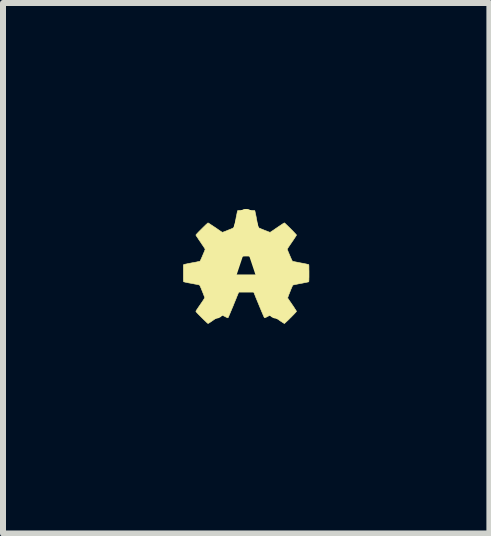
<source format=kicad_pcb>
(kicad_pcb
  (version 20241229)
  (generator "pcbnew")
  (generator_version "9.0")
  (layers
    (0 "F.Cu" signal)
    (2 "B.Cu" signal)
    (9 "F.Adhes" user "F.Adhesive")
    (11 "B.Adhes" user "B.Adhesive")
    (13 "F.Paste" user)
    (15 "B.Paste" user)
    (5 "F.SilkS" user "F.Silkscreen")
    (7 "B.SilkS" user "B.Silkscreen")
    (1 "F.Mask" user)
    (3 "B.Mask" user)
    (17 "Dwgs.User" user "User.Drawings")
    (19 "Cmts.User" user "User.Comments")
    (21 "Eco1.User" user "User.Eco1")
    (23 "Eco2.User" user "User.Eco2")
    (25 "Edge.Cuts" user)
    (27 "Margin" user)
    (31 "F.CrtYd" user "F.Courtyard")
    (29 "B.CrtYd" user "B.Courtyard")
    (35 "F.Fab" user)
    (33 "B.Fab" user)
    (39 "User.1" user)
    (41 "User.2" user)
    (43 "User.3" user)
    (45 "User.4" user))
  (footprint "A"
    (layer "F.Cu")
    (at 1.049 1.418)
    (property "Reference" "A" (at 0 0 0) (layer "F.SilkS") (effects (font (size 1.524 1.524) (thickness 0.3))))
    (attr through_hole)
    (fp_poly (pts (xy 0.032 -0.963) (xy 0.06 -0.963) (xy 0.086 -0.962) (xy 0.108 -0.962) (xy 0.125 -0.961) (xy 0.137 -0.961) (xy 0.143 -0.96) (xy 0.144 -0.96) (xy 0.146 -0.956) (xy 0.149 -0.945) (xy 0.152 -0.929) (xy 0.157 -0.907) (xy 0.163 -0.879) (xy 0.169 -0.848) (xy 0.174 -0.819) (xy 0.18 -0.788) (xy 0.185 -0.76) (xy 0.19 -0.735) (xy 0.195 -0.713) (xy 0.199 -0.696) (xy 0.201 -0.684) (xy 0.203 -0.678) (xy 0.203 -0.677) (xy 0.208 -0.675) (xy 0.217 -0.67) (xy 0.232 -0.664) (xy 0.249 -0.656) (xy 0.27 -0.648) (xy 0.291 -0.639) (xy 0.313 -0.63) (xy 0.335 -0.622) (xy 0.355 -0.614) (xy 0.373 -0.607) (xy 0.387 -0.602) (xy 0.396 -0.598) (xy 0.4 -0.597) (xy 0.4 -0.597) (xy 0.404 -0.6) (xy 0.413 -0.606) (xy 0.426 -0.615) (xy 0.444 -0.626) (xy 0.464 -0.64) (xy 0.487 -0.656) (xy 0.512 -0.673) (xy 0.518 -0.677) (xy 0.543 -0.694) (xy 0.567 -0.71) (xy 0.588 -0.724) (xy 0.606 -0.736) (xy 0.621 -0.746) (xy 0.632 -0.752) (xy 0.637 -0.755) (xy 0.638 -0.755) (xy 0.642 -0.753) (xy 0.65 -0.746) (xy 0.661 -0.735) (xy 0.676 -0.721) (xy 0.693 -0.705) (xy 0.711 -0.687) (xy 0.731 -0.668) (xy 0.75 -0.648) (xy 0.77 -0.629) (xy 0.788 -0.61) (xy 0.804 -0.593) (xy 0.818 -0.578) (xy 0.829 -0.566) (xy 0.837 -0.557) (xy 0.84 -0.553) (xy 0.84 -0.553) (xy 0.838 -0.549) (xy 0.832 -0.539) (xy 0.823 -0.525) (xy 0.812 -0.508) (xy 0.798 -0.487) (xy 0.783 -0.464) (xy 0.766 -0.44) (xy 0.765 -0.438) (xy 0.748 -0.413) (xy 0.732 -0.39) (xy 0.718 -0.369) (xy 0.706 -0.351) (xy 0.697 -0.337) (xy 0.69 -0.327) (xy 0.687 -0.323) (xy 0.687 -0.322) (xy 0.687 -0.319) (xy 0.687 -0.314) (xy 0.69 -0.305) (xy 0.694 -0.294) (xy 0.7 -0.278) (xy 0.709 -0.257) (xy 0.72 -0.231) (xy 0.726 -0.217) (xy 0.737 -0.191) (xy 0.747 -0.168) (xy 0.756 -0.148) (xy 0.764 -0.132) (xy 0.77 -0.121) (xy 0.773 -0.116) (xy 0.773 -0.116) (xy 0.778 -0.115) (xy 0.789 -0.112) (xy 0.805 -0.109) (xy 0.826 -0.105) (xy 0.851 -0.1) (xy 0.878 -0.094) (xy 0.907 -0.089) (xy 0.911 -0.088) (xy 0.945 -0.082) (xy 0.974 -0.076) (xy 1 -0.071) (xy 1.02 -0.066) (xy 1.034 -0.063) (xy 1.043 -0.06) (xy 1.045 -0.059) (xy 1.045 -0.055) (xy 1.046 -0.044) (xy 1.047 -0.028) (xy 1.047 -0.007) (xy 1.047 0.018) (xy 1.048 0.046) (xy 1.048 0.076) (xy 1.048 0.083) (xy 1.048 0.119) (xy 1.048 0.148) (xy 1.047 0.172) (xy 1.047 0.19) (xy 1.046 0.204) (xy 1.046 0.214) (xy 1.045 0.22) (xy 1.044 0.224) (xy 1.043 0.226) (xy 1.038 0.227) (xy 1.028 0.23) (xy 1.012 0.233) (xy 0.991 0.238) (xy 0.967 0.242) (xy 0.94 0.248) (xy 0.911 0.253) (xy 0.879 0.259) (xy 0.851 0.265) (xy 0.826 0.27) (xy 0.806 0.274) (xy 0.791 0.278) (xy 0.781 0.28) (xy 0.779 0.281) (xy 0.776 0.286) (xy 0.771 0.296) (xy 0.765 0.31) (xy 0.757 0.329) (xy 0.748 0.349) (xy 0.739 0.372) (xy 0.73 0.395) (xy 0.721 0.418) (xy 0.712 0.439) (xy 0.705 0.459) (xy 0.699 0.475) (xy 0.695 0.487) (xy 0.693 0.494) (xy 0.693 0.496) (xy 0.695 0.5) (xy 0.701 0.509) (xy 0.71 0.522) (xy 0.721 0.539) (xy 0.735 0.559) (xy 0.751 0.582) (xy 0.767 0.606) (xy 0.784 0.63) (xy 0.799 0.653) (xy 0.812 0.674) (xy 0.824 0.691) (xy 0.832 0.705) (xy 0.838 0.714) (xy 0.84 0.718) (xy 0.837 0.722) (xy 0.83 0.731) (xy 0.82 0.742) (xy 0.806 0.757) (xy 0.79 0.774) (xy 0.772 0.792) (xy 0.753 0.812) (xy 0.733 0.831) (xy 0.714 0.851) (xy 0.695 0.869) (xy 0.678 0.885) (xy 0.663 0.899) (xy 0.651 0.91) (xy 0.643 0.918) (xy 0.638 0.921) (xy 0.638 0.921) (xy 0.634 0.919) (xy 0.625 0.913) (xy 0.611 0.905) (xy 0.594 0.893) (xy 0.573 0.88) (xy 0.551 0.864) (xy 0.527 0.848) (xy 0.503 0.832) (xy 0.48 0.817) (xy 0.46 0.803) (xy 0.443 0.792) (xy 0.429 0.783) (xy 0.42 0.778) (xy 0.416 0.776) (xy 0.411 0.778) (xy 0.401 0.782) (xy 0.387 0.789) (xy 0.371 0.797) (xy 0.363 0.801) (xy 0.346 0.81) (xy 0.33 0.818) (xy 0.318 0.823) (xy 0.311 0.825) (xy 0.31 0.825) (xy 0.308 0.824) (xy 0.305 0.821) (xy 0.302 0.816) (xy 0.298 0.809) (xy 0.293 0.798) (xy 0.287 0.784) (xy 0.279 0.766) (xy 0.27 0.744) (xy 0.258 0.717) (xy 0.245 0.685) (xy 0.229 0.647) (xy 0.211 0.603) (xy 0.208 0.595) (xy 0.192 0.557) (xy 0.177 0.521) (xy 0.163 0.487) (xy 0.151 0.456) (xy 0.14 0.429) (xy 0.131 0.405) (xy 0.123 0.386) (xy 0.118 0.372) (xy 0.116 0.364) (xy 0.115 0.362) (xy 0.119 0.358) (xy 0.127 0.351) (xy 0.138 0.342) (xy 0.149 0.334) (xy 0.179 0.312) (xy 0.203 0.292) (xy 0.222 0.271) (xy 0.239 0.249) (xy 0.254 0.224) (xy 0.262 0.21) (xy 0.278 0.17) (xy 0.288 0.128) (xy 0.292 0.085) (xy 0.289 0.043) (xy 0.279 0.001) (xy 0.264 -0.039) (xy 0.242 -0.076) (xy 0.214 -0.111) (xy 0.212 -0.114) (xy 0.179 -0.144) (xy 0.142 -0.168) (xy 0.101 -0.188) (xy 0.081 -0.195) (xy 0.069 -0.198) (xy 0.058 -0.2) (xy 0.046 -0.202) (xy 0.032 -0.203) (xy 0.012 -0.203) (xy 0.002 -0.203) (xy -0.02 -0.203) (xy -0.037 -0.202) (xy -0.05 -0.201) (xy -0.061 -0.199) (xy -0.072 -0.196) (xy -0.078 -0.195) (xy -0.121 -0.178) (xy -0.16 -0.155) (xy -0.194 -0.127) (xy -0.224 -0.094) (xy -0.249 -0.057) (xy -0.256 -0.044) (xy -0.27 -0.012) (xy -0.28 0.019) (xy -0.285 0.051) (xy -0.286 0.085) (xy -0.283 0.13) (xy -0.273 0.173) (xy -0.256 0.214) (xy -0.234 0.251) (xy -0.206 0.285) (xy -0.193 0.297) (xy -0.177 0.31) (xy -0.159 0.324) (xy -0.141 0.337) (xy -0.126 0.347) (xy -0.124 0.348) (xy -0.116 0.354) (xy -0.111 0.361) (xy -0.111 0.362) (xy -0.112 0.366) (xy -0.116 0.377) (xy -0.122 0.394) (xy -0.13 0.416) (xy -0.141 0.443) (xy -0.154 0.474) (xy -0.168 0.51) (xy -0.185 0.551) (xy -0.201 0.59) (xy -0.216 0.628) (xy -0.231 0.663) (xy -0.245 0.697) (xy -0.258 0.727) (xy -0.269 0.754) (xy -0.279 0.777) (xy -0.287 0.796) (xy -0.292 0.809) (xy -0.296 0.817) (xy -0.296 0.818) (xy -0.302 0.824) (xy -0.307 0.826) (xy -0.312 0.824) (xy -0.322 0.819) (xy -0.336 0.813) (xy -0.352 0.804) (xy -0.36 0.8) (xy -0.381 0.79) (xy -0.397 0.782) (xy -0.408 0.778) (xy -0.414 0.777) (xy -0.419 0.779) (xy -0.429 0.785) (xy -0.443 0.794) (xy -0.459 0.805) (xy -0.478 0.818) (xy -0.49 0.826) (xy -0.523 0.848) (xy -0.55 0.867) (xy -0.573 0.883) (xy -0.591 0.895) (xy -0.605 0.904) (xy -0.616 0.911) (xy -0.624 0.916) (xy -0.629 0.919) (xy -0.633 0.92) (xy -0.634 0.921) (xy -0.638 0.918) (xy -0.646 0.911) (xy -0.658 0.901) (xy -0.673 0.886) (xy -0.691 0.869) (xy -0.711 0.85) (xy -0.732 0.829) (xy -0.736 0.825) (xy -0.758 0.803) (xy -0.778 0.783) (xy -0.796 0.765) (xy -0.811 0.749) (xy -0.823 0.736) (xy -0.831 0.727) (xy -0.834 0.723) (xy -0.835 0.723) (xy -0.835 0.72) (xy -0.835 0.718) (xy -0.835 0.716) (xy -0.833 0.712) (xy -0.83 0.706) (xy -0.825 0.698) (xy -0.818 0.687) (xy -0.808 0.673) (xy -0.796 0.654) (xy -0.78 0.631) (xy -0.76 0.603) (xy -0.759 0.6) (xy -0.742 0.576) (xy -0.727 0.554) (xy -0.714 0.534) (xy -0.703 0.517) (xy -0.695 0.504) (xy -0.689 0.495) (xy -0.688 0.492) (xy -0.689 0.488) (xy -0.693 0.477) (xy -0.698 0.462) (xy -0.706 0.443) (xy -0.714 0.421) (xy -0.724 0.396) (xy -0.729 0.384) (xy -0.741 0.354) (xy -0.751 0.329) (xy -0.76 0.31) (xy -0.766 0.296) (xy -0.771 0.287) (xy -0.775 0.281) (xy -0.777 0.279) (xy -0.783 0.277) (xy -0.794 0.275) (xy -0.81 0.271) (xy -0.831 0.267) (xy -0.856 0.263) (xy -0.883 0.257) (xy -0.91 0.252) (xy -0.939 0.247) (xy -0.966 0.242) (xy -0.989 0.237) (xy -1.01 0.233) (xy -1.025 0.229) (xy -1.035 0.227) (xy -1.039 0.225) (xy -1.041 0.223) (xy -1.042 0.218) (xy -1.043 0.211) (xy -1.043 0.199) (xy -1.044 0.183) (xy -1.044 0.162) (xy -1.044 0.136) (xy -1.044 0.103) (xy -1.044 0.083) (xy -1.044 -0.056) (xy -1.036 -0.061) (xy -1.031 -0.063) (xy -1.02 -0.066) (xy -1.003 -0.069) (xy -0.982 -0.074) (xy -0.957 -0.079) (xy -0.93 -0.084) (xy -0.9 -0.09) (xy -0.9 -0.09) (xy -0.87 -0.095) (xy -0.843 -0.1) (xy -0.819 -0.105) (xy -0.798 -0.11) (xy -0.782 -0.113) (xy -0.771 -0.116) (xy -0.766 -0.118) (xy -0.766 -0.118) (xy -0.764 -0.122) (xy -0.759 -0.132) (xy -0.752 -0.146) (xy -0.744 -0.164) (xy -0.735 -0.184) (xy -0.726 -0.206) (xy -0.716 -0.229) (xy -0.707 -0.25) (xy -0.698 -0.271) (xy -0.691 -0.288) (xy -0.686 -0.303) (xy -0.682 -0.312) (xy -0.681 -0.316) (xy -0.683 -0.32) (xy -0.688 -0.33) (xy -0.697 -0.343) (xy -0.708 -0.361) (xy -0.722 -0.381) (xy -0.738 -0.404) (xy -0.754 -0.429) (xy -0.757 -0.433) (xy -0.774 -0.458) (xy -0.79 -0.481) (xy -0.804 -0.503) (xy -0.816 -0.521) (xy -0.826 -0.535) (xy -0.832 -0.545) (xy -0.835 -0.551) (xy -0.835 -0.551) (xy -0.835 -0.554) (xy -0.832 -0.559) (xy -0.826 -0.566) (xy -0.817 -0.576) (xy -0.805 -0.589) (xy -0.789 -0.606) (xy -0.769 -0.626) (xy -0.744 -0.651) (xy -0.739 -0.656) (xy -0.714 -0.681) (xy -0.691 -0.703) (xy -0.672 -0.722) (xy -0.656 -0.736) (xy -0.644 -0.747) (xy -0.637 -0.753) (xy -0.634 -0.755) (xy -0.629 -0.753) (xy -0.62 -0.747) (xy -0.606 -0.739) (xy -0.589 -0.727) (xy -0.568 -0.714) (xy -0.545 -0.698) (xy -0.52 -0.682) (xy -0.517 -0.68) (xy -0.492 -0.663) (xy -0.469 -0.647) (xy -0.448 -0.632) (xy -0.43 -0.62) (xy -0.415 -0.61) (xy -0.405 -0.604) (xy -0.4 -0.6) (xy -0.4 -0.6) (xy -0.397 -0.599) (xy -0.392 -0.599) (xy -0.385 -0.601) (xy -0.376 -0.604) (xy -0.362 -0.609) (xy -0.344 -0.616) (xy -0.321 -0.625) (xy -0.305 -0.632) (xy -0.275 -0.644) (xy -0.252 -0.653) (xy -0.234 -0.661) (xy -0.221 -0.667) (xy -0.211 -0.671) (xy -0.204 -0.675) (xy -0.2 -0.678) (xy -0.198 -0.68) (xy -0.196 -0.683) (xy -0.196 -0.684) (xy -0.195 -0.689) (xy -0.193 -0.7) (xy -0.189 -0.717) (xy -0.185 -0.737) (xy -0.181 -0.762) (xy -0.175 -0.789) (xy -0.17 -0.819) (xy -0.169 -0.822) (xy -0.164 -0.852) (xy -0.158 -0.879) (xy -0.153 -0.904) (xy -0.149 -0.925) (xy -0.145 -0.942) (xy -0.143 -0.953) (xy -0.141 -0.958) (xy -0.141 -0.958) (xy -0.139 -0.959) (xy -0.134 -0.96) (xy -0.127 -0.961) (xy -0.116 -0.962) (xy -0.101 -0.962) (xy -0.082 -0.963) (xy -0.057 -0.963) (xy -0.025 -0.963) (xy 0.001 -0.963) (xy 0.032 -0.963)) (stroke (width 0.01) (type solid)) (fill yes) (layer "F.SilkS")))
  (gr_rect
    (start -3 -3)
    (end 5.102 5.836)
    (stroke (width 0.1) (type default))
    (fill no)
    (layer "Edge.Cuts")))
</source>
